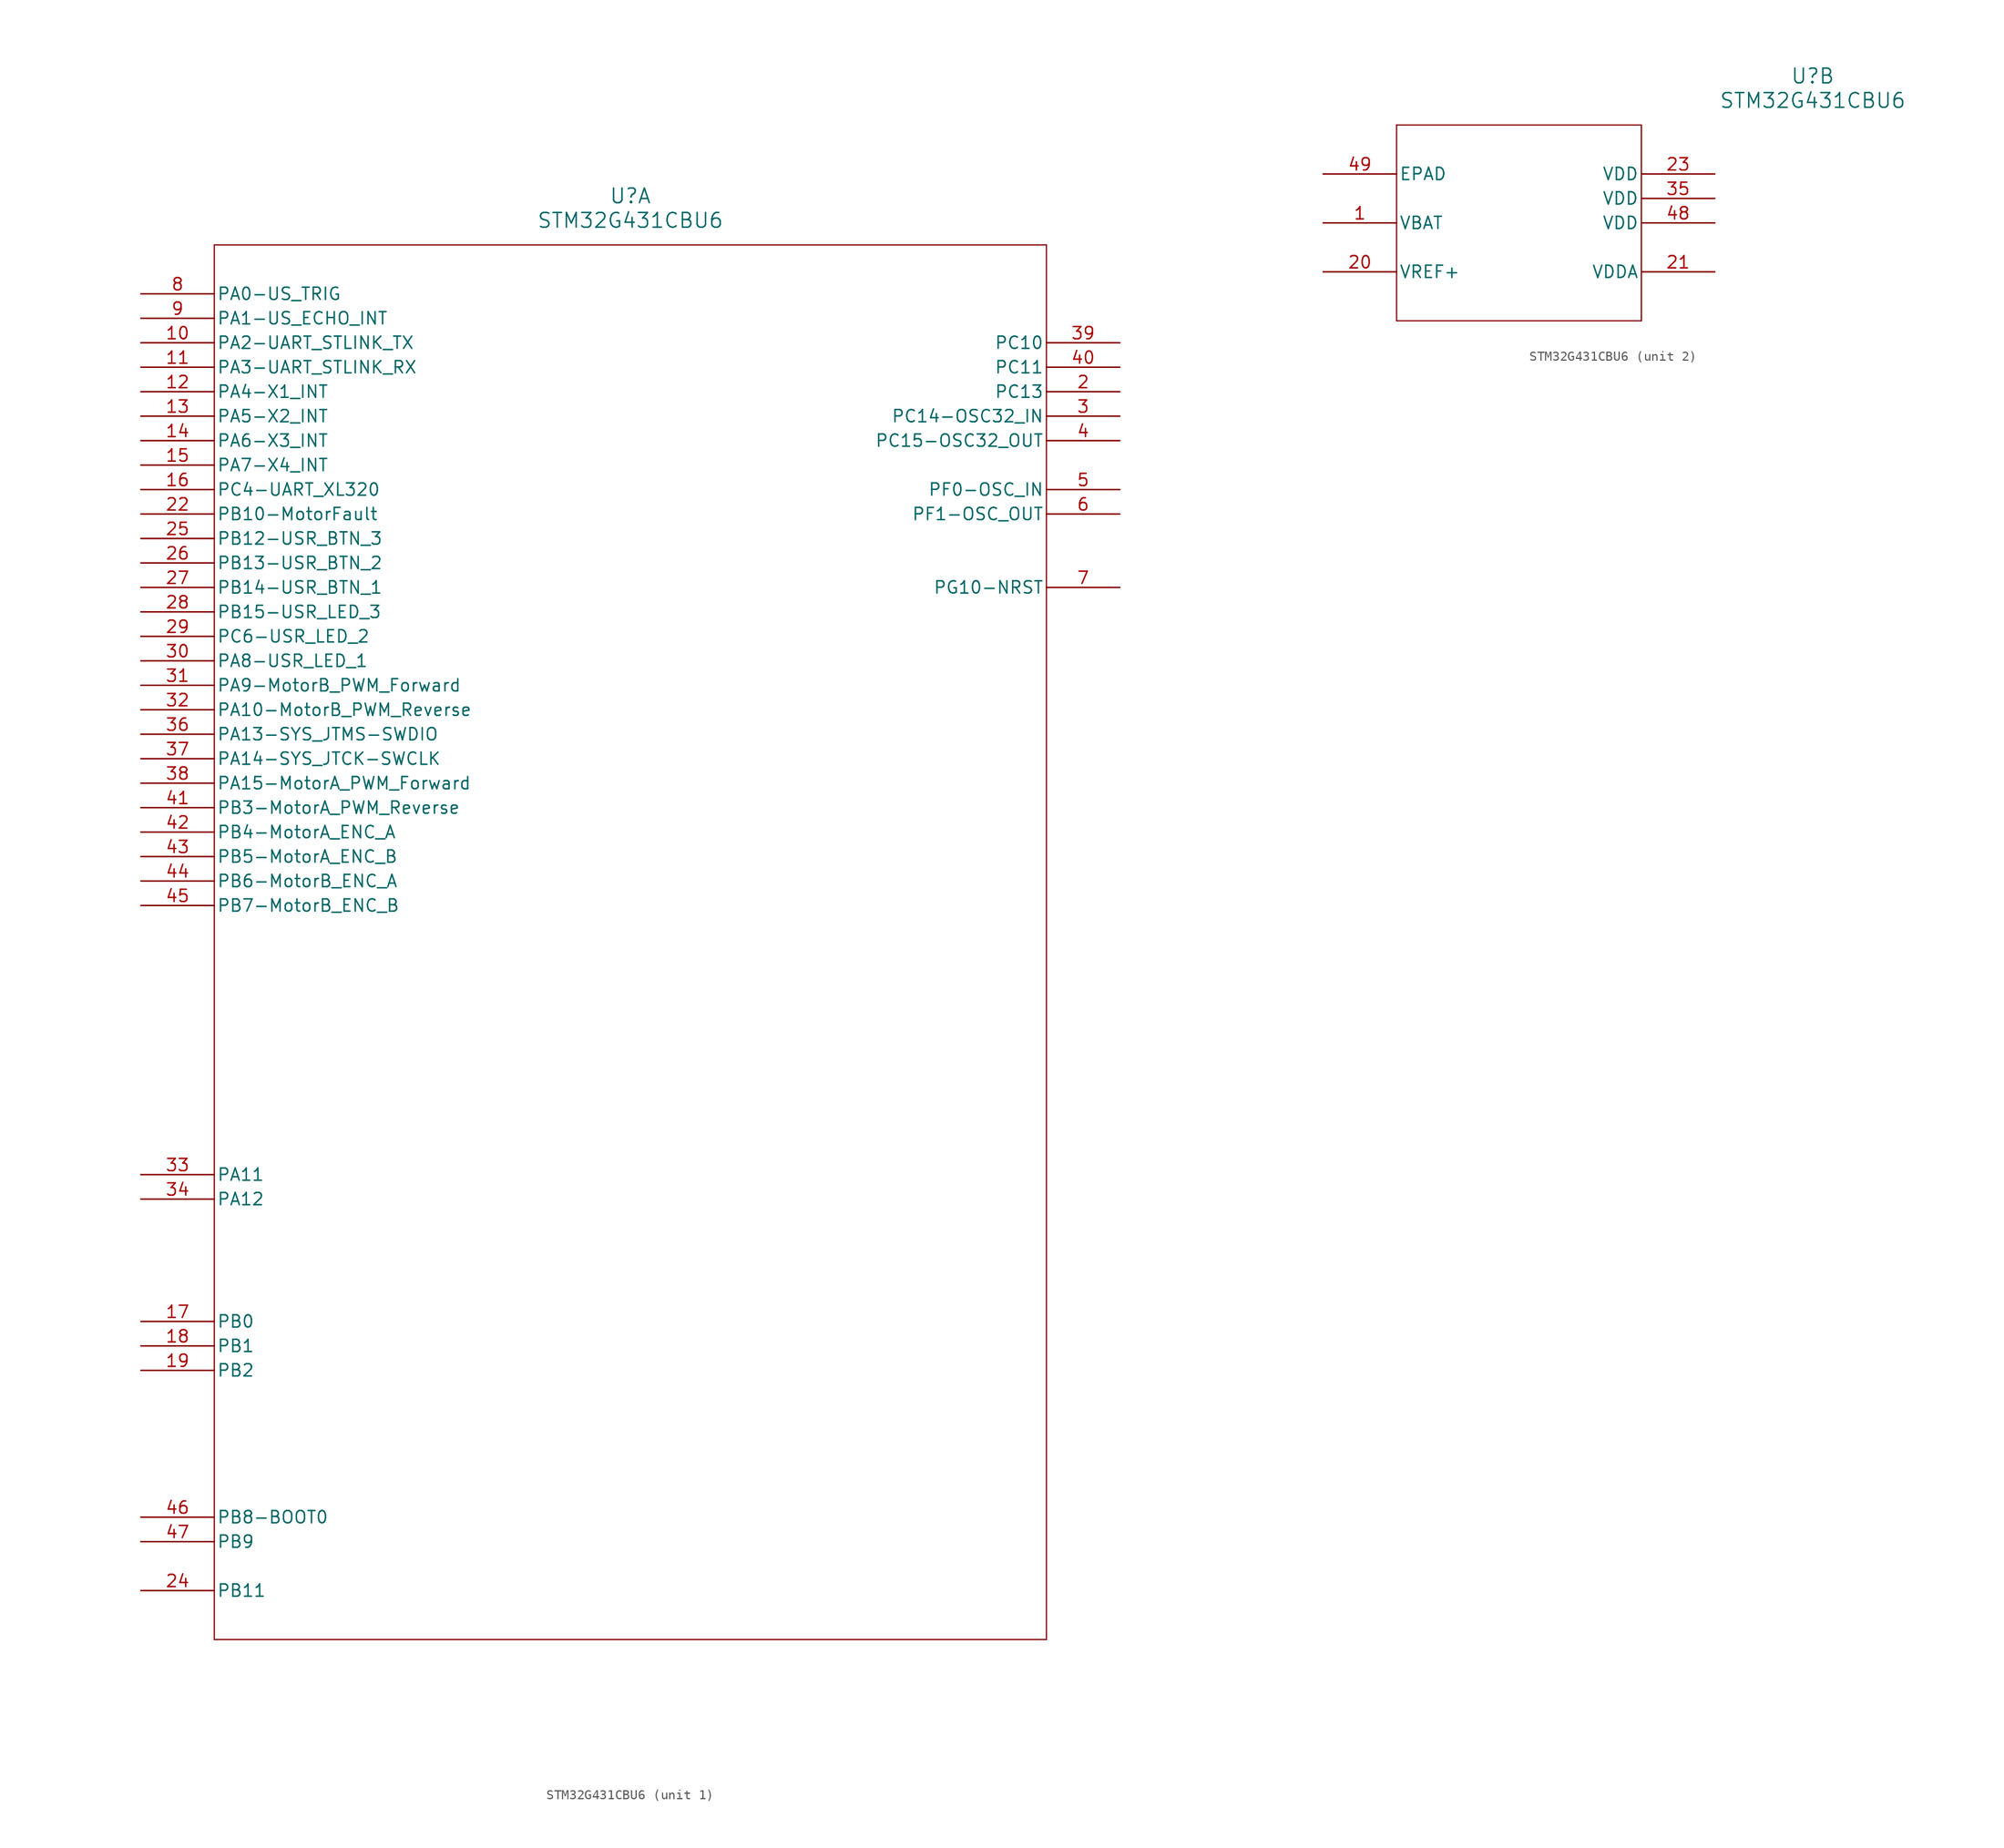
<source format=kicad_sym>
(kicad_symbol_lib
  (version 20211014)
  (generator kicad_symbol_editor)
  (symbol "STM32G431CBU6"
    (pin_names
      (offset 0.254))
    (property "Reference" "U"
      (at 50.8 10.16 0)
      (effects (font (size 1.524 1.524))))
    (property "Value" "STM32G431CBU6"
      (at 50.8 7.62 0)
      (effects (font (size 1.524 1.524))))
    (symbol "STM32G431CBU6_1_1"
      (polyline (pts (xy 7.62 5.08) (xy 7.62 -139.7)) (stroke (width 0.127) (type default) (color 0 0 0 0)) (fill (type none)))
      (polyline (pts (xy 7.62 -139.7) (xy 93.98 -139.7)) (stroke (width 0.127) (type default) (color 0 0 0 0)) (fill (type none)))
      (polyline (pts (xy 93.98 -139.7) (xy 93.98 5.08)) (stroke (width 0.127) (type default) (color 0 0 0 0)) (fill (type none)))
      (polyline (pts (xy 93.98 5.08) (xy 7.62 5.08)) (stroke (width 0.127) (type default) (color 0 0 0 0)) (fill (type none)))
      (pin bidirectional line (at 101.6 -10.16 180) (length 7.62) (name "PC13" (effects (font (size 1.27 1.27)))) (number "2" (effects (font (size 1.27 1.27)))))
      (pin bidirectional line (at 101.6 -12.7 180) (length 7.62) (name "PC14-OSC32_IN" (effects (font (size 1.27 1.27)))) (number "3" (effects (font (size 1.27 1.27)))))
      (pin bidirectional line (at 101.6 -15.24 180) (length 7.62) (name "PC15-OSC32_OUT" (effects (font (size 1.27 1.27)))) (number "4" (effects (font (size 1.27 1.27)))))
      (pin bidirectional line (at 101.6 -20.32 180) (length 7.62) (name "PF0-OSC_IN" (effects (font (size 1.27 1.27)))) (number "5" (effects (font (size 1.27 1.27)))))
      (pin bidirectional line (at 101.6 -22.86 180) (length 7.62) (name "PF1-OSC_OUT" (effects (font (size 1.27 1.27)))) (number "6" (effects (font (size 1.27 1.27)))))
      (pin bidirectional line (at 101.6 -30.48 180) (length 7.62) (name "PG10-NRST" (effects (font (size 1.27 1.27)))) (number "7" (effects (font (size 1.27 1.27)))))
      (pin unspecified line (at 0 0 0) (length 7.62) (name "PA0-US_TRIG" (effects (font (size 1.27 1.27)))) (number "8" (effects (font (size 1.27 1.27)))))
      (pin unspecified line (at 0 -2.54 0) (length 7.62) (name "PA1-US_ECHO_INT" (effects (font (size 1.27 1.27)))) (number "9" (effects (font (size 1.27 1.27)))))
      (pin unspecified line (at 0 -5.08 0) (length 7.62) (name "PA2-UART_STLINK_TX" (effects (font (size 1.27 1.27)))) (number "10" (effects (font (size 1.27 1.27)))))
      (pin unspecified line (at 0 -7.62 0) (length 7.62) (name "PA3-UART_STLINK_RX" (effects (font (size 1.27 1.27)))) (number "11" (effects (font (size 1.27 1.27)))))
      (pin unspecified line (at 0 -10.16 0) (length 7.62) (name "PA4-X1_INT" (effects (font (size 1.27 1.27)))) (number "12" (effects (font (size 1.27 1.27)))))
      (pin unspecified line (at 0 -12.7 0) (length 7.62) (name "PA5-X2_INT" (effects (font (size 1.27 1.27)))) (number "13" (effects (font (size 1.27 1.27)))))
      (pin unspecified line (at 0 -15.24 0) (length 7.62) (name "PA6-X3_INT" (effects (font (size 1.27 1.27)))) (number "14" (effects (font (size 1.27 1.27)))))
      (pin unspecified line (at 0 -17.78 0) (length 7.62) (name "PA7-X4_INT" (effects (font (size 1.27 1.27)))) (number "15" (effects (font (size 1.27 1.27)))))
      (pin unspecified line (at 0 -20.32 0) (length 7.62) (name "PC4-UART_XL320" (effects (font (size 1.27 1.27)))) (number "16" (effects (font (size 1.27 1.27)))))
      (pin bidirectional line (at 0 -106.68 0) (length 7.62) (name "PB0" (effects (font (size 1.27 1.27)))) (number "17" (effects (font (size 1.27 1.27)))))
      (pin bidirectional line (at 0 -109.22 0) (length 7.62) (name "PB1" (effects (font (size 1.27 1.27)))) (number "18" (effects (font (size 1.27 1.27)))))
      (pin bidirectional line (at 0 -111.76 0) (length 7.62) (name "PB2" (effects (font (size 1.27 1.27)))) (number "19" (effects (font (size 1.27 1.27)))))
      (pin unspecified line (at 0 -22.86 0) (length 7.62) (name "PB10-MotorFault" (effects (font (size 1.27 1.27)))) (number "22" (effects (font (size 1.27 1.27)))))
      (pin bidirectional line (at 0 -134.62 0) (length 7.62) (name "PB11" (effects (font (size 1.27 1.27)))) (number "24" (effects (font (size 1.27 1.27)))))
      (pin unspecified line (at 0 -25.4 0) (length 7.62) (name "PB12-USR_BTN_3" (effects (font (size 1.27 1.27)))) (number "25" (effects (font (size 1.27 1.27)))))
      (pin unspecified line (at 0 -27.94 0) (length 7.62) (name "PB13-USR_BTN_2" (effects (font (size 1.27 1.27)))) (number "26" (effects (font (size 1.27 1.27)))))
      (pin unspecified line (at 0 -30.48 0) (length 7.62) (name "PB14-USR_BTN_1" (effects (font (size 1.27 1.27)))) (number "27" (effects (font (size 1.27 1.27)))))
      (pin unspecified line (at 0 -33.02 0) (length 7.62) (name "PB15-USR_LED_3" (effects (font (size 1.27 1.27)))) (number "28" (effects (font (size 1.27 1.27)))))
      (pin unspecified line (at 0 -35.56 0) (length 7.62) (name "PC6-USR_LED_2" (effects (font (size 1.27 1.27)))) (number "29" (effects (font (size 1.27 1.27)))))
      (pin unspecified line (at 0 -38.1 0) (length 7.62) (name "PA8-USR_LED_1" (effects (font (size 1.27 1.27)))) (number "30" (effects (font (size 1.27 1.27)))))
      (pin unspecified line (at 0 -40.64 0) (length 7.62) (name "PA9-MotorB_PWM_Forward" (effects (font (size 1.27 1.27)))) (number "31" (effects (font (size 1.27 1.27)))))
      (pin unspecified line (at 0 -43.18 0) (length 7.62) (name "PA10-MotorB_PWM_Reverse" (effects (font (size 1.27 1.27)))) (number "32" (effects (font (size 1.27 1.27)))))
      (pin bidirectional line (at 0 -91.44 0) (length 7.62) (name "PA11" (effects (font (size 1.27 1.27)))) (number "33" (effects (font (size 1.27 1.27)))))
      (pin bidirectional line (at 0 -93.98 0) (length 7.62) (name "PA12" (effects (font (size 1.27 1.27)))) (number "34" (effects (font (size 1.27 1.27)))))
      (pin unspecified line (at 0 -45.72 0) (length 7.62) (name "PA13-SYS_JTMS-SWDIO" (effects (font (size 1.27 1.27)))) (number "36" (effects (font (size 1.27 1.27)))))
      (pin unspecified line (at 0 -48.26 0) (length 7.62) (name "PA14-SYS_JTCK-SWCLK" (effects (font (size 1.27 1.27)))) (number "37" (effects (font (size 1.27 1.27)))))
      (pin unspecified line (at 0 -50.8 0) (length 7.62) (name "PA15-MotorA_PWM_Forward" (effects (font (size 1.27 1.27)))) (number "38" (effects (font (size 1.27 1.27)))))
      (pin bidirectional line (at 101.6 -5.08 180) (length 7.62) (name "PC10" (effects (font (size 1.27 1.27)))) (number "39" (effects (font (size 1.27 1.27)))))
      (pin bidirectional line (at 101.6 -7.62 180) (length 7.62) (name "PC11" (effects (font (size 1.27 1.27)))) (number "40" (effects (font (size 1.27 1.27)))))
      (pin unspecified line (at 0 -53.34 0) (length 7.62) (name "PB3-MotorA_PWM_Reverse" (effects (font (size 1.27 1.27)))) (number "41" (effects (font (size 1.27 1.27)))))
      (pin unspecified line (at 0 -55.88 0) (length 7.62) (name "PB4-MotorA_ENC_A" (effects (font (size 1.27 1.27)))) (number "42" (effects (font (size 1.27 1.27)))))
      (pin unspecified line (at 0 -58.42 0) (length 7.62) (name "PB5-MotorA_ENC_B" (effects (font (size 1.27 1.27)))) (number "43" (effects (font (size 1.27 1.27)))))
      (pin unspecified line (at 0 -60.96 0) (length 7.62) (name "PB6-MotorB_ENC_A" (effects (font (size 1.27 1.27)))) (number "44" (effects (font (size 1.27 1.27)))))
      (pin unspecified line (at 0 -63.5 0) (length 7.62) (name "PB7-MotorB_ENC_B" (effects (font (size 1.27 1.27)))) (number "45" (effects (font (size 1.27 1.27)))))
      (pin bidirectional line (at 0 -127 0) (length 7.62) (name "PB8-BOOT0" (effects (font (size 1.27 1.27)))) (number "46" (effects (font (size 1.27 1.27)))))
      (pin bidirectional line (at 0 -129.54 0) (length 7.62) (name "PB9" (effects (font (size 1.27 1.27)))) (number "47" (effects (font (size 1.27 1.27))))))
    (symbol "STM32G431CBU6_2_1"
      (polyline (pts (xy 7.62 5.08) (xy 7.62 -15.24)) (stroke (width 0.127) (type default) (color 0 0 0 0)) (fill (type none)))
      (polyline (pts (xy 7.62 -15.24) (xy 33.02 -15.24)) (stroke (width 0.127) (type default) (color 0 0 0 0)) (fill (type none)))
      (polyline (pts (xy 33.02 -15.24) (xy 33.02 5.08)) (stroke (width 0.127) (type default) (color 0 0 0 0)) (fill (type none)))
      (polyline (pts (xy 33.02 5.08) (xy 7.62 5.08)) (stroke (width 0.127) (type default) (color 0 0 0 0)) (fill (type none)))
      (pin power_in line (at 0 -5.08 0) (length 7.62) (name "VBAT" (effects (font (size 1.27 1.27)))) (number "1" (effects (font (size 1.27 1.27)))))
      (pin power_in line (at 0 -10.16 0) (length 7.62) (name "VREF+" (effects (font (size 1.27 1.27)))) (number "20" (effects (font (size 1.27 1.27)))))
      (pin power_in line (at 40.64 -10.16 180) (length 7.62) (name "VDDA" (effects (font (size 1.27 1.27)))) (number "21" (effects (font (size 1.27 1.27)))))
      (pin power_in line (at 40.64 0 180) (length 7.62) (name "VDD" (effects (font (size 1.27 1.27)))) (number "23" (effects (font (size 1.27 1.27)))))
      (pin power_in line (at 40.64 -2.54 180) (length 7.62) (name "VDD" (effects (font (size 1.27 1.27)))) (number "35" (effects (font (size 1.27 1.27)))))
      (pin power_in line (at 40.64 -5.08 180) (length 7.62) (name "VDD" (effects (font (size 1.27 1.27)))) (number "48" (effects (font (size 1.27 1.27)))))
      (pin unspecified line (at 0 0 0) (length 7.62) (name "EPAD" (effects (font (size 1.27 1.27)))) (number "49" (effects (font (size 1.27 1.27))))))))
</source>
